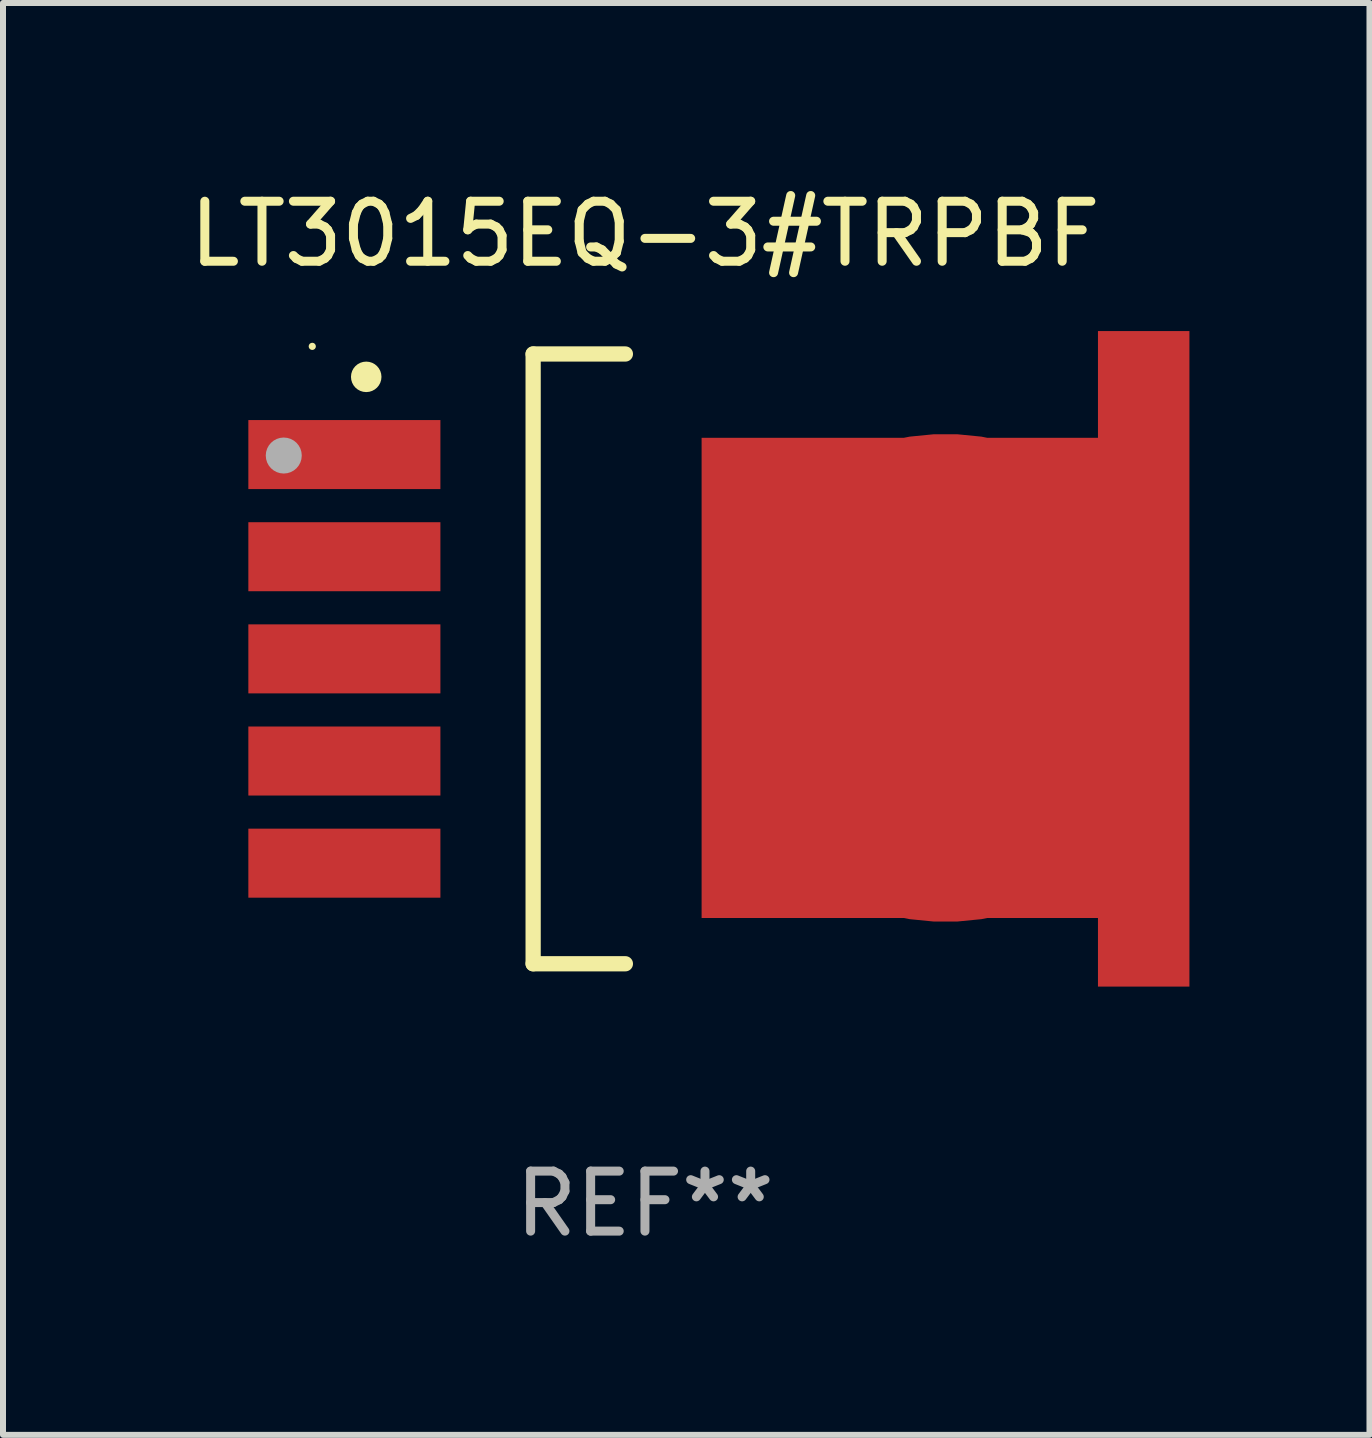
<source format=kicad_pcb>
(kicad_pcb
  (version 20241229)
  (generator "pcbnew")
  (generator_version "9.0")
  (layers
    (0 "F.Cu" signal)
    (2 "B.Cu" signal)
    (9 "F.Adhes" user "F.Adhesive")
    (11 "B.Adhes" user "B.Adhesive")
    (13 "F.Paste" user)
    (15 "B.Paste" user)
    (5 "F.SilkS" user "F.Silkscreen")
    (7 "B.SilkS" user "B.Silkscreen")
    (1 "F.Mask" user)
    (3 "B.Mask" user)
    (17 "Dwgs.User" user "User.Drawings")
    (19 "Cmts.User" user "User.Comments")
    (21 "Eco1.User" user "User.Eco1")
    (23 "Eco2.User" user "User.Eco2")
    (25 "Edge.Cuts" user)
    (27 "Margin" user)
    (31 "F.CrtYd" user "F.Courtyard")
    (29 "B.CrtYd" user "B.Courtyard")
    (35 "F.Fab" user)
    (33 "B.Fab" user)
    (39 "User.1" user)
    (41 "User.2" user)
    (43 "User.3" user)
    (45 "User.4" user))
  (footprint "LT3015EQ-3#TRPBF"
    (layer "F.Cu")
    (at 7.696 7.928)
    (property "Reference" "LT3015EQ-3#TRPBF" (at 0 -7.08 0) (layer "F.SilkS") (effects (font (size 1 1) (thickness 0.15))))
    (attr through_hole)
    (fp_line (start -1.863 -5.08) (end -0.326 -5.08) (stroke (width 0.254) (type solid)) (layer "F.SilkS"))
    (fp_line (start -1.863 5.08) (end -1.863 -5.08) (stroke (width 0.254) (type solid)) (layer "F.SilkS"))
    (fp_line (start -0.326 5.08) (end -1.863 5.08) (stroke (width 0.254) (type solid)) (layer "F.SilkS"))
    (fp_circle (center -5.543 -5.207) (end -5.513 -5.207) (stroke (width 0.06) (type solid)) (fill no) (layer "F.SilkS"))
    (fp_circle (center -4.644 -4.699) (end -4.517 -4.699) (stroke (width 0.254) (type solid)) (fill no) (layer "F.SilkS"))
    (fp_circle (center -6.018 -3.388) (end -5.868 -3.388) (stroke (width 0.3) (type solid)) (fill no) (layer "F.Fab"))
    (fp_text user "REF**" (at 0 9.08 0) (layer "F.Fab") (effects (font (size 1 1) (thickness 0.15))))
    (pad "1" smd rect (at -5.008 -3.404) (size 3.2 1.15) (layers "F.Cu" "F.Mask" "F.Paste"))
    (pad "2" smd rect (at -5.008 -1.702) (size 3.2 1.15) (layers "F.Cu" "F.Mask" "F.Paste"))
    (pad "3" smd rect (at -5.008 -0.000025) (size 3.2 1.15) (layers "F.Cu" "F.Mask" "F.Paste"))
    (pad "4" smd rect (at -5.008 1.702) (size 3.2 1.15) (layers "F.Cu" "F.Mask" "F.Paste"))
    (pad "5" smd rect (at -5.008 3.404) (size 3.2 1.15) (layers "F.Cu" "F.Mask" "F.Paste"))
    (pad "6" smd custom (at 5.008 0.317) (size 8.128 10.922) (layers "F.Cu" "F.Mask" "F.Paste") (options (anchor circle)) (primitives (gr_poly (pts (xy -4.064 -4.001) (xy 2.54 -4.001) (xy 2.54 -5.779) (xy 4.064 -5.779) (xy 4.064 5.144) (xy 2.54 5.144) (xy 2.54 4) (xy -4.064 4)) (width 0) (fill yes)))))
  (gr_rect
    (start -3 -3)
    (end 19.768 20.857)
    (stroke (width 0.1) (type default))
    (fill no)
    (layer "Edge.Cuts")))
</source>
